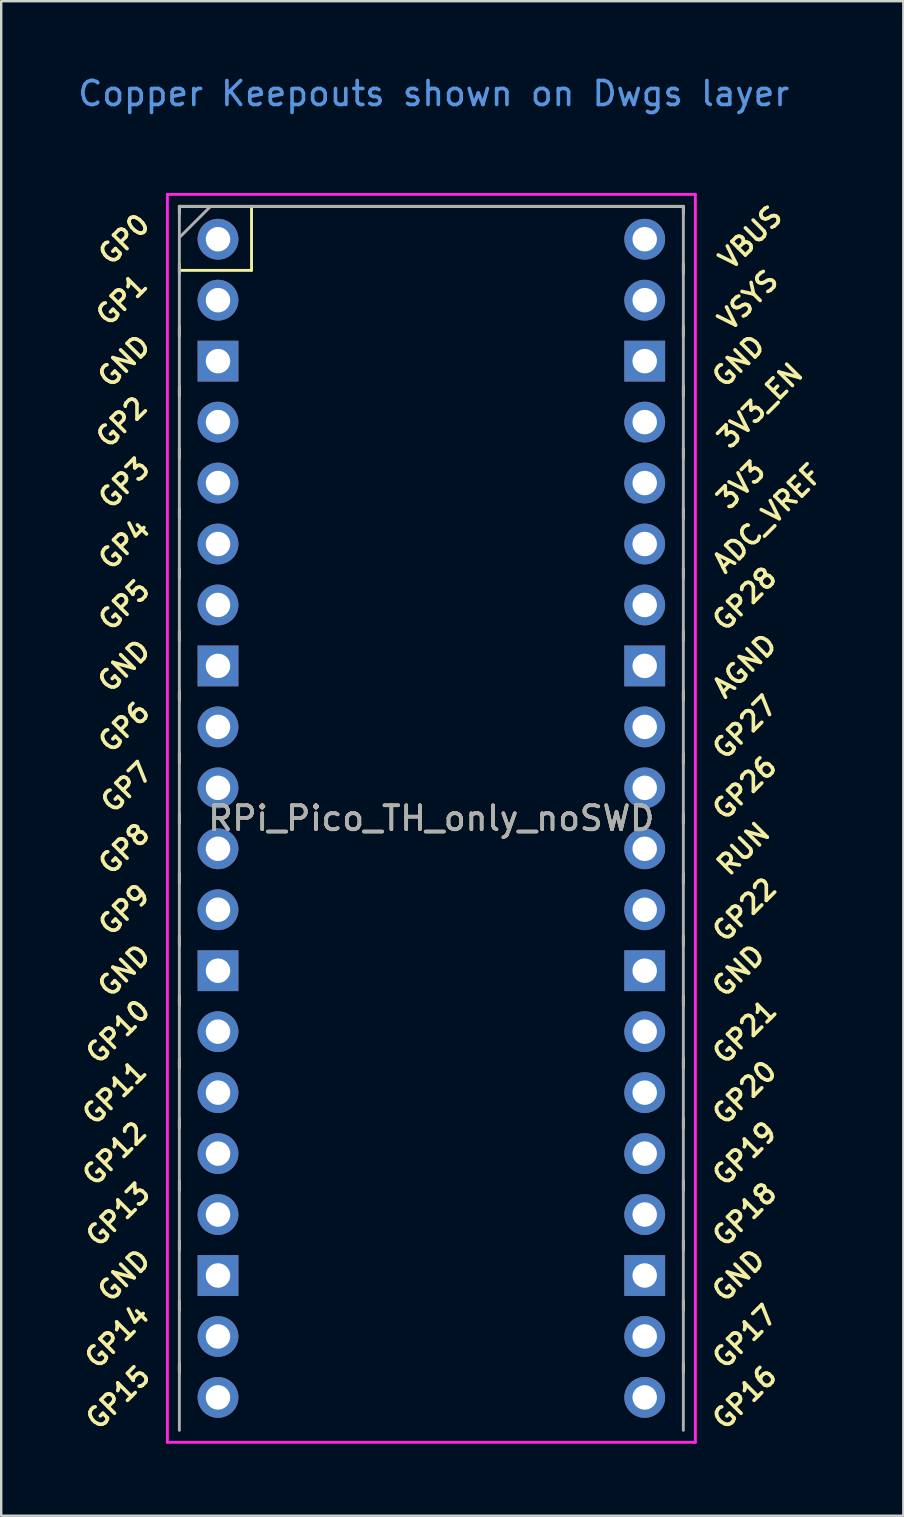
<source format=kicad_pcb>
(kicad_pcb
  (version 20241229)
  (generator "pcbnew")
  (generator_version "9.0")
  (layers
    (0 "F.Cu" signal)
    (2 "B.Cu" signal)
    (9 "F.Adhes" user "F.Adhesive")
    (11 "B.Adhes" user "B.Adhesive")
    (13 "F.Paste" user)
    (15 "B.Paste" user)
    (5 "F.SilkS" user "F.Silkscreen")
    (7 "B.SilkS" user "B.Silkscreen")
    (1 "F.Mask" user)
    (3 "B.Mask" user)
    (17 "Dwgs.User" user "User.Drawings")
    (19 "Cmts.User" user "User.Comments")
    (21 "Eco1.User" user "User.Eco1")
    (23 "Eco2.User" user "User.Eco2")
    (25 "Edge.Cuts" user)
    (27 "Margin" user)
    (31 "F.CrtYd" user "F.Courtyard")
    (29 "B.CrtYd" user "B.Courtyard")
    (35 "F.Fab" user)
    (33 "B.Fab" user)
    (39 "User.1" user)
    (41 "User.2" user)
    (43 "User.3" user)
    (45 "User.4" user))
  (footprint "RPi_Pico_TH_only_noSWD"
    (layer "F.Cu")
    (at 14.924 31.048)
    (property "Reference" "RPi_Pico_TH_only_noSWD" (at 0 0 0) (layer "F.SilkS") (effects (font (size 1 1) (thickness 0.15))))
    (attr through_hole)
    (fp_line (start -10.5 -25.5) (end -10.5 -25.2) (stroke (width 0.12) (type solid)) (layer "F.SilkS"))
    (fp_line (start -10.5 -25.5) (end 10.5 -25.5) (stroke (width 0.12) (type solid)) (layer "F.SilkS"))
    (fp_line (start -10.5 -23.1) (end -10.5 -22.7) (stroke (width 0.12) (type solid)) (layer "F.SilkS"))
    (fp_line (start -10.5 -22.833) (end -7.493 -22.833) (stroke (width 0.12) (type solid)) (layer "F.SilkS"))
    (fp_line (start -10.5 -20.5) (end -10.5 -20.1) (stroke (width 0.12) (type solid)) (layer "F.SilkS"))
    (fp_line (start -10.5 -18) (end -10.5 -17.6) (stroke (width 0.12) (type solid)) (layer "F.SilkS"))
    (fp_line (start -10.5 -15.4) (end -10.5 -15) (stroke (width 0.12) (type solid)) (layer "F.SilkS"))
    (fp_line (start -10.5 -12.9) (end -10.5 -12.5) (stroke (width 0.12) (type solid)) (layer "F.SilkS"))
    (fp_line (start -10.5 -10.4) (end -10.5 -10) (stroke (width 0.12) (type solid)) (layer "F.SilkS"))
    (fp_line (start -10.5 -7.8) (end -10.5 -7.4) (stroke (width 0.12) (type solid)) (layer "F.SilkS"))
    (fp_line (start -10.5 -5.3) (end -10.5 -4.9) (stroke (width 0.12) (type solid)) (layer "F.SilkS"))
    (fp_line (start -10.5 -2.7) (end -10.5 -2.3) (stroke (width 0.12) (type solid)) (layer "F.SilkS"))
    (fp_line (start -10.5 -0.2) (end -10.5 0.2) (stroke (width 0.12) (type solid)) (layer "F.SilkS"))
    (fp_line (start -10.5 2.3) (end -10.5 2.7) (stroke (width 0.12) (type solid)) (layer "F.SilkS"))
    (fp_line (start -10.5 4.9) (end -10.5 5.3) (stroke (width 0.12) (type solid)) (layer "F.SilkS"))
    (fp_line (start -10.5 7.4) (end -10.5 7.8) (stroke (width 0.12) (type solid)) (layer "F.SilkS"))
    (fp_line (start -10.5 10) (end -10.5 10.4) (stroke (width 0.12) (type solid)) (layer "F.SilkS"))
    (fp_line (start -10.5 12.5) (end -10.5 12.9) (stroke (width 0.12) (type solid)) (layer "F.SilkS"))
    (fp_line (start -10.5 15.1) (end -10.5 15.5) (stroke (width 0.12) (type solid)) (layer "F.SilkS"))
    (fp_line (start -10.5 17.6) (end -10.5 18) (stroke (width 0.12) (type solid)) (layer "F.SilkS"))
    (fp_line (start -10.5 20.1) (end -10.5 20.5) (stroke (width 0.12) (type solid)) (layer "F.SilkS"))
    (fp_line (start -10.5 22.7) (end -10.5 23.1) (stroke (width 0.12) (type solid)) (layer "F.SilkS"))
    (fp_line (start -7.493 -22.833) (end -7.493 -25.5) (stroke (width 0.12) (type solid)) (layer "F.SilkS"))
    (fp_line (start 10.5 -25.5) (end 10.5 -25.2) (stroke (width 0.12) (type solid)) (layer "F.SilkS"))
    (fp_line (start 10.5 -23.1) (end 10.5 -22.7) (stroke (width 0.12) (type solid)) (layer "F.SilkS"))
    (fp_line (start 10.5 -20.5) (end 10.5 -20.1) (stroke (width 0.12) (type solid)) (layer "F.SilkS"))
    (fp_line (start 10.5 -18) (end 10.5 -17.6) (stroke (width 0.12) (type solid)) (layer "F.SilkS"))
    (fp_line (start 10.5 -15.4) (end 10.5 -15) (stroke (width 0.12) (type solid)) (layer "F.SilkS"))
    (fp_line (start 10.5 -12.9) (end 10.5 -12.5) (stroke (width 0.12) (type solid)) (layer "F.SilkS"))
    (fp_line (start 10.5 -10.4) (end 10.5 -10) (stroke (width 0.12) (type solid)) (layer "F.SilkS"))
    (fp_line (start 10.5 -7.8) (end 10.5 -7.4) (stroke (width 0.12) (type solid)) (layer "F.SilkS"))
    (fp_line (start 10.5 -5.3) (end 10.5 -4.9) (stroke (width 0.12) (type solid)) (layer "F.SilkS"))
    (fp_line (start 10.5 -2.7) (end 10.5 -2.3) (stroke (width 0.12) (type solid)) (layer "F.SilkS"))
    (fp_line (start 10.5 -0.2) (end 10.5 0.2) (stroke (width 0.12) (type solid)) (layer "F.SilkS"))
    (fp_line (start 10.5 2.3) (end 10.5 2.7) (stroke (width 0.12) (type solid)) (layer "F.SilkS"))
    (fp_line (start 10.5 4.9) (end 10.5 5.3) (stroke (width 0.12) (type solid)) (layer "F.SilkS"))
    (fp_line (start 10.5 7.4) (end 10.5 7.8) (stroke (width 0.12) (type solid)) (layer "F.SilkS"))
    (fp_line (start 10.5 10) (end 10.5 10.4) (stroke (width 0.12) (type solid)) (layer "F.SilkS"))
    (fp_line (start 10.5 12.5) (end 10.5 12.9) (stroke (width 0.12) (type solid)) (layer "F.SilkS"))
    (fp_line (start 10.5 15.1) (end 10.5 15.5) (stroke (width 0.12) (type solid)) (layer "F.SilkS"))
    (fp_line (start 10.5 17.6) (end 10.5 18) (stroke (width 0.12) (type solid)) (layer "F.SilkS"))
    (fp_line (start 10.5 20.1) (end 10.5 20.5) (stroke (width 0.12) (type solid)) (layer "F.SilkS"))
    (fp_line (start 10.5 22.7) (end 10.5 23.1) (stroke (width 0.12) (type solid)) (layer "F.SilkS"))
    (fp_line (start -11 -26) (end 11 -26) (stroke (width 0.12) (type solid)) (layer "F.CrtYd"))
    (fp_line (start -11 26) (end -11 -26) (stroke (width 0.12) (type solid)) (layer "F.CrtYd"))
    (fp_line (start 11 -26) (end 11 26) (stroke (width 0.12) (type solid)) (layer "F.CrtYd"))
    (fp_line (start 11 26) (end -11 26) (stroke (width 0.12) (type solid)) (layer "F.CrtYd"))
    (fp_line (start -10.5 -25.5) (end 10.5 -25.5) (stroke (width 0.12) (type solid)) (layer "F.Fab"))
    (fp_line (start -10.5 -24.2) (end -9.2 -25.5) (stroke (width 0.12) (type solid)) (layer "F.Fab"))
    (fp_line (start -10.5 25.5) (end -10.5 -25.5) (stroke (width 0.12) (type solid)) (layer "F.Fab"))
    (fp_line (start 10.5 -25.5) (end 10.5 25.5) (stroke (width 0.12) (type solid)) (layer "F.Fab"))
    (fp_text user "AGND" (at 13.054 -6.35 45) (layer "F.SilkS") (effects (font (size 0.8 0.8) (thickness 0.15))))
    (fp_text user "GP22" (at 13.054 3.81 45) (layer "F.SilkS") (effects (font (size 0.8 0.8) (thickness 0.15))))
    (fp_text user "GP16" (at 13.054 24.13 45) (layer "F.SilkS") (effects (font (size 0.8 0.8) (thickness 0.15))))
    (fp_text user "GP1" (at -12.9 -21.6 45) (layer "F.SilkS") (effects (font (size 0.8 0.8) (thickness 0.15))))
    (fp_text user "GND" (at -12.8 6.35 45) (layer "F.SilkS") (effects (font (size 0.8 0.8) (thickness 0.15))))
    (fp_text user "GP26" (at 13.054 -1.27 45) (layer "F.SilkS") (effects (font (size 0.8 0.8) (thickness 0.15))))
    (fp_text user "GP21" (at 13.054 8.9 45) (layer "F.SilkS") (effects (font (size 0.8 0.8) (thickness 0.15))))
    (fp_text user "GP8" (at -12.8 1.27 45) (layer "F.SilkS") (effects (font (size 0.8 0.8) (thickness 0.15))))
    (fp_text user "GP3" (at -12.8 -13.97 45) (layer "F.SilkS") (effects (font (size 0.8 0.8) (thickness 0.15))))
    (fp_text user "GP27" (at 13.054 -3.8 45) (layer "F.SilkS") (effects (font (size 0.8 0.8) (thickness 0.15))))
    (fp_text user "GP7" (at -12.7 -1.3 45) (layer "F.SilkS") (effects (font (size 0.8 0.8) (thickness 0.15))))
    (fp_text user "GP10" (at -13.054 8.89 45) (layer "F.SilkS") (effects (font (size 0.8 0.8) (thickness 0.15))))
    (fp_text user "GND" (at -12.8 19.05 45) (layer "F.SilkS") (effects (font (size 0.8 0.8) (thickness 0.15))))
    (fp_text user "ADC_VREF" (at 14 -12.5 45) (layer "F.SilkS") (effects (font (size 0.8 0.8) (thickness 0.15))))
    (fp_text user "GND" (at 12.8 19.05 45) (layer "F.SilkS") (effects (font (size 0.8 0.8) (thickness 0.15))))
    (fp_text user "VBUS" (at 13.3 -24.2 45) (layer "F.SilkS") (effects (font (size 0.8 0.8) (thickness 0.15))))
    (fp_text user "GP15" (at -13.054 24.13 45) (layer "F.SilkS") (effects (font (size 0.8 0.8) (thickness 0.15))))
    (fp_text user "GP0" (at -12.8 -24.13 45) (layer "F.SilkS") (effects (font (size 0.8 0.8) (thickness 0.15))))
    (fp_text user "RUN" (at 13 1.27 45) (layer "F.SilkS") (effects (font (size 0.8 0.8) (thickness 0.15))))
    (fp_text user "GP13" (at -13.054 16.51 45) (layer "F.SilkS") (effects (font (size 0.8 0.8) (thickness 0.15))))
    (fp_text user "VSYS" (at 13.2 -21.59 45) (layer "F.SilkS") (effects (font (size 0.8 0.8) (thickness 0.15))))
    (fp_text user "GP9" (at -12.8 3.81 45) (layer "F.SilkS") (effects (font (size 0.8 0.8) (thickness 0.15))))
    (fp_text user "GP2" (at -12.9 -16.51 45) (layer "F.SilkS") (effects (font (size 0.8 0.8) (thickness 0.15))))
    (fp_text user "GP28" (at 13.054 -9.144 45) (layer "F.SilkS") (effects (font (size 0.8 0.8) (thickness 0.15))))
    (fp_text user "3V3_EN" (at 13.7 -17.2 45) (layer "F.SilkS") (effects (font (size 0.8 0.8) (thickness 0.15))))
    (fp_text user "GND" (at 12.8 -19.05 45) (layer "F.SilkS") (effects (font (size 0.8 0.8) (thickness 0.15))))
    (fp_text user "GP14" (at -13.1 21.59 45) (layer "F.SilkS") (effects (font (size 0.8 0.8) (thickness 0.15))))
    (fp_text user "GP12" (at -13.2 13.97 45) (layer "F.SilkS") (effects (font (size 0.8 0.8) (thickness 0.15))))
    (fp_text user "GP5" (at -12.8 -8.89 45) (layer "F.SilkS") (effects (font (size 0.8 0.8) (thickness 0.15))))
    (fp_text user "GP17" (at 13.054 21.59 45) (layer "F.SilkS") (effects (font (size 0.8 0.8) (thickness 0.15))))
    (fp_text user "GP20" (at 13.054 11.43 45) (layer "F.SilkS") (effects (font (size 0.8 0.8) (thickness 0.15))))
    (fp_text user "GP6" (at -12.8 -3.81 45) (layer "F.SilkS") (effects (font (size 0.8 0.8) (thickness 0.15))))
    (fp_text user "3V3" (at 12.9 -13.9 45) (layer "F.SilkS") (effects (font (size 0.8 0.8) (thickness 0.15))))
    (fp_text user "GND" (at -12.8 -19.05 45) (layer "F.SilkS") (effects (font (size 0.8 0.8) (thickness 0.15))))
    (fp_text user "GND" (at -12.8 -6.35 45) (layer "F.SilkS") (effects (font (size 0.8 0.8) (thickness 0.15))))
    (fp_text user "GND" (at 12.8 6.35 45) (layer "F.SilkS") (effects (font (size 0.8 0.8) (thickness 0.15))))
    (fp_text user "GP11" (at -13.2 11.43 45) (layer "F.SilkS") (effects (font (size 0.8 0.8) (thickness 0.15))))
    (fp_text user "GP4" (at -12.8 -11.43 45) (layer "F.SilkS") (effects (font (size 0.8 0.8) (thickness 0.15))))
    (fp_text user "GP18" (at 13.054 16.51 45) (layer "F.SilkS") (effects (font (size 0.8 0.8) (thickness 0.15))))
    (fp_text user "GP19" (at 13.054 13.97 45) (layer "F.SilkS") (effects (font (size 0.8 0.8) (thickness 0.15))))
    (fp_text user "Copper Keepouts shown on Dwgs layer" (at 0.1 -30.2 0) (layer "Cmts.User") (effects (font (size 1 1) (thickness 0.15))))
    (fp_text user "${REFERENCE}" (at 0 0 180) (layer "F.Fab") (effects (font (size 1 1) (thickness 0.15))))
    (pad "1" thru_hole oval (at -8.89 -24.13) (size 1.7 1.7) (drill 1.02) (layers "*.Cu" "*.Mask"))
    (pad "2" thru_hole oval (at -8.89 -21.59) (size 1.7 1.7) (drill 1.02) (layers "*.Cu" "*.Mask"))
    (pad "3" thru_hole rect (at -8.89 -19.05) (size 1.7 1.7) (drill 1.02) (layers "*.Cu" "*.Mask"))
    (pad "4" thru_hole oval (at -8.89 -16.51) (size 1.7 1.7) (drill 1.02) (layers "*.Cu" "*.Mask"))
    (pad "5" thru_hole oval (at -8.89 -13.97) (size 1.7 1.7) (drill 1.02) (layers "*.Cu" "*.Mask"))
    (pad "6" thru_hole oval (at -8.89 -11.43) (size 1.7 1.7) (drill 1.02) (layers "*.Cu" "*.Mask"))
    (pad "7" thru_hole oval (at -8.89 -8.89) (size 1.7 1.7) (drill 1.02) (layers "*.Cu" "*.Mask"))
    (pad "8" thru_hole rect (at -8.89 -6.35) (size 1.7 1.7) (drill 1.02) (layers "*.Cu" "*.Mask"))
    (pad "9" thru_hole oval (at -8.89 -3.81) (size 1.7 1.7) (drill 1.02) (layers "*.Cu" "*.Mask"))
    (pad "10" thru_hole oval (at -8.89 -1.27) (size 1.7 1.7) (drill 1.02) (layers "*.Cu" "*.Mask"))
    (pad "11" thru_hole oval (at -8.89 1.27) (size 1.7 1.7) (drill 1.02) (layers "*.Cu" "*.Mask"))
    (pad "12" thru_hole oval (at -8.89 3.81) (size 1.7 1.7) (drill 1.02) (layers "*.Cu" "*.Mask"))
    (pad "13" thru_hole rect (at -8.89 6.35) (size 1.7 1.7) (drill 1.02) (layers "*.Cu" "*.Mask"))
    (pad "14" thru_hole oval (at -8.89 8.89) (size 1.7 1.7) (drill 1.02) (layers "*.Cu" "*.Mask"))
    (pad "15" thru_hole oval (at -8.89 11.43) (size 1.7 1.7) (drill 1.02) (layers "*.Cu" "*.Mask"))
    (pad "16" thru_hole oval (at -8.89 13.97) (size 1.7 1.7) (drill 1.02) (layers "*.Cu" "*.Mask"))
    (pad "17" thru_hole oval (at -8.89 16.51) (size 1.7 1.7) (drill 1.02) (layers "*.Cu" "*.Mask"))
    (pad "18" thru_hole rect (at -8.89 19.05) (size 1.7 1.7) (drill 1.02) (layers "*.Cu" "*.Mask"))
    (pad "19" thru_hole oval (at -8.89 21.59) (size 1.7 1.7) (drill 1.02) (layers "*.Cu" "*.Mask"))
    (pad "20" thru_hole oval (at -8.89 24.13) (size 1.7 1.7) (drill 1.02) (layers "*.Cu" "*.Mask"))
    (pad "21" thru_hole oval (at 8.89 24.13) (size 1.7 1.7) (drill 1.02) (layers "*.Cu" "*.Mask"))
    (pad "22" thru_hole oval (at 8.89 21.59) (size 1.7 1.7) (drill 1.02) (layers "*.Cu" "*.Mask"))
    (pad "23" thru_hole rect (at 8.89 19.05) (size 1.7 1.7) (drill 1.02) (layers "*.Cu" "*.Mask"))
    (pad "24" thru_hole oval (at 8.89 16.51) (size 1.7 1.7) (drill 1.02) (layers "*.Cu" "*.Mask"))
    (pad "25" thru_hole oval (at 8.89 13.97) (size 1.7 1.7) (drill 1.02) (layers "*.Cu" "*.Mask"))
    (pad "26" thru_hole oval (at 8.89 11.43) (size 1.7 1.7) (drill 1.02) (layers "*.Cu" "*.Mask"))
    (pad "27" thru_hole oval (at 8.89 8.89) (size 1.7 1.7) (drill 1.02) (layers "*.Cu" "*.Mask"))
    (pad "28" thru_hole rect (at 8.89 6.35) (size 1.7 1.7) (drill 1.02) (layers "*.Cu" "*.Mask"))
    (pad "29" thru_hole oval (at 8.89 3.81) (size 1.7 1.7) (drill 1.02) (layers "*.Cu" "*.Mask"))
    (pad "30" thru_hole oval (at 8.89 1.27) (size 1.7 1.7) (drill 1.02) (layers "*.Cu" "*.Mask"))
    (pad "31" thru_hole oval (at 8.89 -1.27) (size 1.7 1.7) (drill 1.02) (layers "*.Cu" "*.Mask"))
    (pad "32" thru_hole oval (at 8.89 -3.81) (size 1.7 1.7) (drill 1.02) (layers "*.Cu" "*.Mask"))
    (pad "33" thru_hole rect (at 8.89 -6.35) (size 1.7 1.7) (drill 1.02) (layers "*.Cu" "*.Mask"))
    (pad "34" thru_hole oval (at 8.89 -8.89) (size 1.7 1.7) (drill 1.02) (layers "*.Cu" "*.Mask"))
    (pad "35" thru_hole oval (at 8.89 -11.43) (size 1.7 1.7) (drill 1.02) (layers "*.Cu" "*.Mask"))
    (pad "36" thru_hole oval (at 8.89 -13.97) (size 1.7 1.7) (drill 1.02) (layers "*.Cu" "*.Mask"))
    (pad "37" thru_hole oval (at 8.89 -16.51) (size 1.7 1.7) (drill 1.02) (layers "*.Cu" "*.Mask"))
    (pad "38" thru_hole rect (at 8.89 -19.05) (size 1.7 1.7) (drill 1.02) (layers "*.Cu" "*.Mask"))
    (pad "39" thru_hole oval (at 8.89 -21.59) (size 1.7 1.7) (drill 1.02) (layers "*.Cu" "*.Mask"))
    (pad "40" thru_hole oval (at 8.89 -24.13) (size 1.7 1.7) (drill 1.02) (layers "*.Cu" "*.Mask")))
  (gr_rect
    (start -3 -3)
    (end 34.591 60.108)
    (stroke (width 0.1) (type default))
    (fill no)
    (layer "Edge.Cuts")))
</source>
